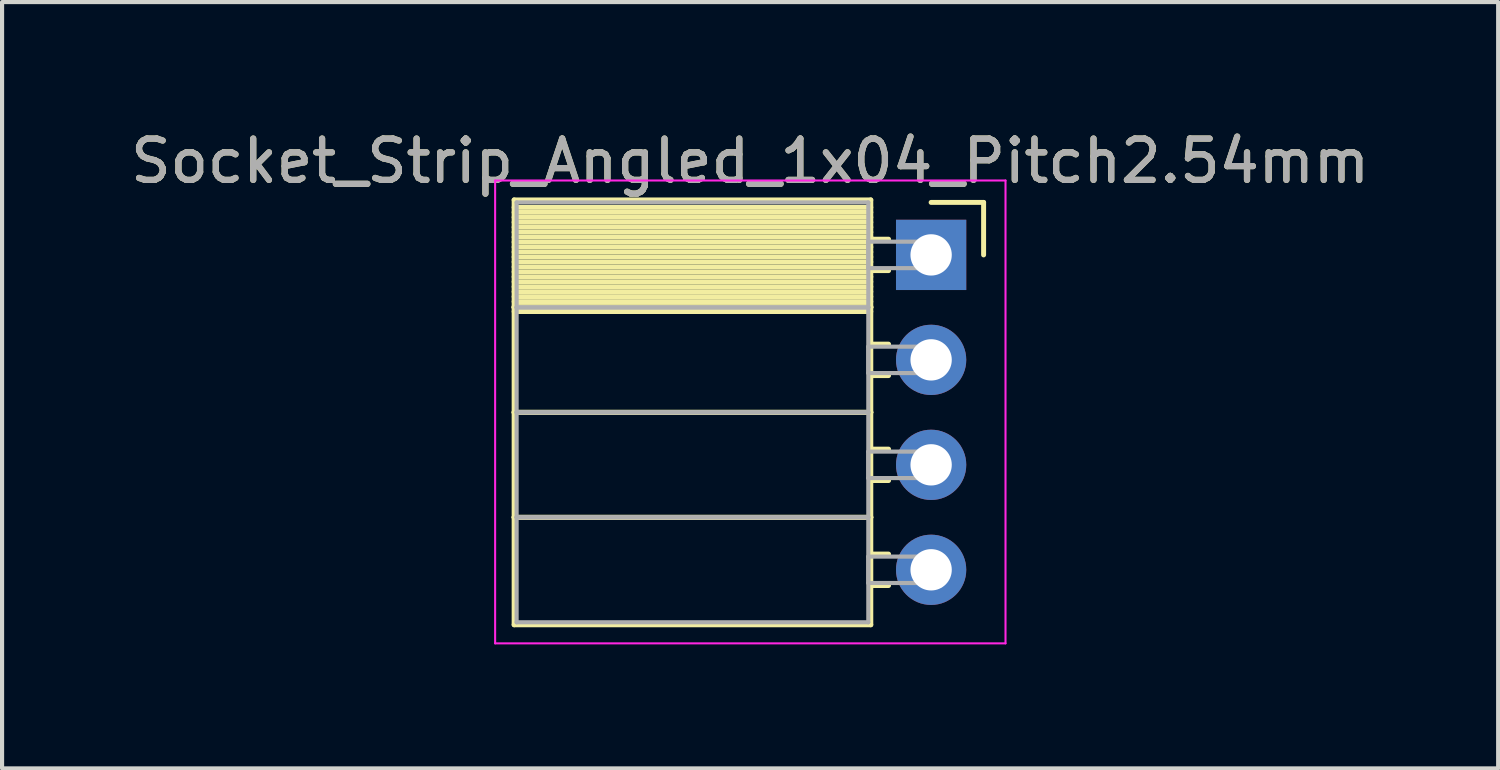
<source format=kicad_pcb>
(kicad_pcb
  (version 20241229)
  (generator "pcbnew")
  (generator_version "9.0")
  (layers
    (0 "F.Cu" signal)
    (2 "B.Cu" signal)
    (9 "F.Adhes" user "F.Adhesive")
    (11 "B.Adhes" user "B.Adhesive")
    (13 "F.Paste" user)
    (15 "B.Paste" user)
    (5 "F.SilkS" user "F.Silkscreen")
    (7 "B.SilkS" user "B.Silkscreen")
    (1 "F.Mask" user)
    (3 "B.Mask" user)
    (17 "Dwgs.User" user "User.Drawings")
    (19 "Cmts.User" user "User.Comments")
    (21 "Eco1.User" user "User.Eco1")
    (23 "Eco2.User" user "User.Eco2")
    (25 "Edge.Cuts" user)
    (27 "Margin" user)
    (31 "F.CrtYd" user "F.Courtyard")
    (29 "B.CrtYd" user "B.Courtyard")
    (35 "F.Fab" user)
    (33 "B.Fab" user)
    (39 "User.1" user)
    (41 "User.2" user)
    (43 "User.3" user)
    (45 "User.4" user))
  (footprint "Socket_Strip_Angled_1x04_Pitch2.54mm"
    (layer "F.Cu")
    (at 19.481 3.118)
    (property "Reference" "Socket_Strip_Angled_1x04_Pitch2.54mm" (at -4.38 -2.27 0) (layer "F.SilkS") (effects (font (size 1 1) (thickness 0.15))))
    (attr through_hole)
    (fp_line (start -10.09 -1.33) (end -1.46 -1.33) (stroke (width 0.12) (type solid)) (layer "F.SilkS"))
    (fp_line (start -10.09 1.27) (end -10.09 -1.33) (stroke (width 0.12) (type solid)) (layer "F.SilkS"))
    (fp_line (start -10.09 1.27) (end -1.46 1.27) (stroke (width 0.12) (type solid)) (layer "F.SilkS"))
    (fp_line (start -10.09 3.81) (end -10.09 1.27) (stroke (width 0.12) (type solid)) (layer "F.SilkS"))
    (fp_line (start -10.09 3.81) (end -1.46 3.81) (stroke (width 0.12) (type solid)) (layer "F.SilkS"))
    (fp_line (start -10.09 6.35) (end -10.09 3.81) (stroke (width 0.12) (type solid)) (layer "F.SilkS"))
    (fp_line (start -10.09 6.35) (end -1.46 6.35) (stroke (width 0.12) (type solid)) (layer "F.SilkS"))
    (fp_line (start -10.09 8.95) (end -10.09 6.35) (stroke (width 0.12) (type solid)) (layer "F.SilkS"))
    (fp_line (start -1.46 -1.33) (end -1.46 1.27) (stroke (width 0.12) (type solid)) (layer "F.SilkS"))
    (fp_line (start -1.46 -1.15) (end -10.09 -1.15) (stroke (width 0.12) (type solid)) (layer "F.SilkS"))
    (fp_line (start -1.46 -1.03) (end -10.09 -1.03) (stroke (width 0.12) (type solid)) (layer "F.SilkS"))
    (fp_line (start -1.46 -0.91) (end -10.09 -0.91) (stroke (width 0.12) (type solid)) (layer "F.SilkS"))
    (fp_line (start -1.46 -0.79) (end -10.09 -0.79) (stroke (width 0.12) (type solid)) (layer "F.SilkS"))
    (fp_line (start -1.46 -0.67) (end -10.09 -0.67) (stroke (width 0.12) (type solid)) (layer "F.SilkS"))
    (fp_line (start -1.46 -0.55) (end -10.09 -0.55) (stroke (width 0.12) (type solid)) (layer "F.SilkS"))
    (fp_line (start -1.46 -0.43) (end -10.09 -0.43) (stroke (width 0.12) (type solid)) (layer "F.SilkS"))
    (fp_line (start -1.46 -0.31) (end -10.09 -0.31) (stroke (width 0.12) (type solid)) (layer "F.SilkS"))
    (fp_line (start -1.46 -0.19) (end -10.09 -0.19) (stroke (width 0.12) (type solid)) (layer "F.SilkS"))
    (fp_line (start -1.46 -0.07) (end -10.09 -0.07) (stroke (width 0.12) (type solid)) (layer "F.SilkS"))
    (fp_line (start -1.46 0.05) (end -10.09 0.05) (stroke (width 0.12) (type solid)) (layer "F.SilkS"))
    (fp_line (start -1.46 0.17) (end -10.09 0.17) (stroke (width 0.12) (type solid)) (layer "F.SilkS"))
    (fp_line (start -1.46 0.29) (end -10.09 0.29) (stroke (width 0.12) (type solid)) (layer "F.SilkS"))
    (fp_line (start -1.46 0.41) (end -10.09 0.41) (stroke (width 0.12) (type solid)) (layer "F.SilkS"))
    (fp_line (start -1.46 0.53) (end -10.09 0.53) (stroke (width 0.12) (type solid)) (layer "F.SilkS"))
    (fp_line (start -1.46 0.65) (end -10.09 0.65) (stroke (width 0.12) (type solid)) (layer "F.SilkS"))
    (fp_line (start -1.46 0.77) (end -10.09 0.77) (stroke (width 0.12) (type solid)) (layer "F.SilkS"))
    (fp_line (start -1.46 0.89) (end -10.09 0.89) (stroke (width 0.12) (type solid)) (layer "F.SilkS"))
    (fp_line (start -1.46 1.01) (end -10.09 1.01) (stroke (width 0.12) (type solid)) (layer "F.SilkS"))
    (fp_line (start -1.46 1.13) (end -10.09 1.13) (stroke (width 0.12) (type solid)) (layer "F.SilkS"))
    (fp_line (start -1.46 1.25) (end -10.09 1.25) (stroke (width 0.12) (type solid)) (layer "F.SilkS"))
    (fp_line (start -1.46 1.27) (end -10.09 1.27) (stroke (width 0.12) (type solid)) (layer "F.SilkS"))
    (fp_line (start -1.46 1.27) (end -1.46 3.81) (stroke (width 0.12) (type solid)) (layer "F.SilkS"))
    (fp_line (start -1.46 1.37) (end -10.09 1.37) (stroke (width 0.12) (type solid)) (layer "F.SilkS"))
    (fp_line (start -1.46 3.81) (end -10.09 3.81) (stroke (width 0.12) (type solid)) (layer "F.SilkS"))
    (fp_line (start -1.46 3.81) (end -1.46 6.35) (stroke (width 0.12) (type solid)) (layer "F.SilkS"))
    (fp_line (start -1.46 6.35) (end -10.09 6.35) (stroke (width 0.12) (type solid)) (layer "F.SilkS"))
    (fp_line (start -1.46 6.35) (end -1.46 8.95) (stroke (width 0.12) (type solid)) (layer "F.SilkS"))
    (fp_line (start -1.46 8.95) (end -10.09 8.95) (stroke (width 0.12) (type solid)) (layer "F.SilkS"))
    (fp_line (start -1.03 -0.38) (end -1.46 -0.38) (stroke (width 0.12) (type solid)) (layer "F.SilkS"))
    (fp_line (start -1.03 0.38) (end -1.46 0.38) (stroke (width 0.12) (type solid)) (layer "F.SilkS"))
    (fp_line (start -1.03 2.16) (end -1.46 2.16) (stroke (width 0.12) (type solid)) (layer "F.SilkS"))
    (fp_line (start -1.03 2.92) (end -1.46 2.92) (stroke (width 0.12) (type solid)) (layer "F.SilkS"))
    (fp_line (start -1.03 4.7) (end -1.46 4.7) (stroke (width 0.12) (type solid)) (layer "F.SilkS"))
    (fp_line (start -1.03 5.46) (end -1.46 5.46) (stroke (width 0.12) (type solid)) (layer "F.SilkS"))
    (fp_line (start -1.03 7.24) (end -1.46 7.24) (stroke (width 0.12) (type solid)) (layer "F.SilkS"))
    (fp_line (start -1.03 8) (end -1.46 8) (stroke (width 0.12) (type solid)) (layer "F.SilkS"))
    (fp_line (start 0 -1.27) (end 1.27 -1.27) (stroke (width 0.12) (type solid)) (layer "F.SilkS"))
    (fp_line (start 1.27 -1.27) (end 1.27 0) (stroke (width 0.12) (type solid)) (layer "F.SilkS"))
    (fp_line (start -10.55 -1.8) (end 1.8 -1.8) (stroke (width 0.05) (type solid)) (layer "F.CrtYd"))
    (fp_line (start -10.55 9.4) (end -10.55 -1.8) (stroke (width 0.05) (type solid)) (layer "F.CrtYd"))
    (fp_line (start 1.8 -1.8) (end 1.8 9.4) (stroke (width 0.05) (type solid)) (layer "F.CrtYd"))
    (fp_line (start 1.8 9.4) (end -10.55 9.4) (stroke (width 0.05) (type solid)) (layer "F.CrtYd"))
    (fp_line (start -10.03 -1.27) (end -1.52 -1.27) (stroke (width 0.1) (type solid)) (layer "F.Fab"))
    (fp_line (start -10.03 1.27) (end -10.03 -1.27) (stroke (width 0.1) (type solid)) (layer "F.Fab"))
    (fp_line (start -10.03 1.27) (end -1.52 1.27) (stroke (width 0.1) (type solid)) (layer "F.Fab"))
    (fp_line (start -10.03 3.81) (end -10.03 1.27) (stroke (width 0.1) (type solid)) (layer "F.Fab"))
    (fp_line (start -10.03 3.81) (end -1.52 3.81) (stroke (width 0.1) (type solid)) (layer "F.Fab"))
    (fp_line (start -10.03 6.35) (end -10.03 3.81) (stroke (width 0.1) (type solid)) (layer "F.Fab"))
    (fp_line (start -10.03 6.35) (end -1.52 6.35) (stroke (width 0.1) (type solid)) (layer "F.Fab"))
    (fp_line (start -10.03 8.89) (end -10.03 6.35) (stroke (width 0.1) (type solid)) (layer "F.Fab"))
    (fp_line (start -1.52 -1.27) (end -1.52 1.27) (stroke (width 0.1) (type solid)) (layer "F.Fab"))
    (fp_line (start -1.52 -0.32) (end 0 -0.32) (stroke (width 0.1) (type solid)) (layer "F.Fab"))
    (fp_line (start -1.52 0.32) (end -1.52 -0.32) (stroke (width 0.1) (type solid)) (layer "F.Fab"))
    (fp_line (start -1.52 1.27) (end -10.03 1.27) (stroke (width 0.1) (type solid)) (layer "F.Fab"))
    (fp_line (start -1.52 1.27) (end -1.52 3.81) (stroke (width 0.1) (type solid)) (layer "F.Fab"))
    (fp_line (start -1.52 2.22) (end 0 2.22) (stroke (width 0.1) (type solid)) (layer "F.Fab"))
    (fp_line (start -1.52 2.86) (end -1.52 2.22) (stroke (width 0.1) (type solid)) (layer "F.Fab"))
    (fp_line (start -1.52 3.81) (end -10.03 3.81) (stroke (width 0.1) (type solid)) (layer "F.Fab"))
    (fp_line (start -1.52 3.81) (end -1.52 6.35) (stroke (width 0.1) (type solid)) (layer "F.Fab"))
    (fp_line (start -1.52 4.76) (end 0 4.76) (stroke (width 0.1) (type solid)) (layer "F.Fab"))
    (fp_line (start -1.52 5.4) (end -1.52 4.76) (stroke (width 0.1) (type solid)) (layer "F.Fab"))
    (fp_line (start -1.52 6.35) (end -10.03 6.35) (stroke (width 0.1) (type solid)) (layer "F.Fab"))
    (fp_line (start -1.52 6.35) (end -1.52 8.89) (stroke (width 0.1) (type solid)) (layer "F.Fab"))
    (fp_line (start -1.52 7.3) (end 0 7.3) (stroke (width 0.1) (type solid)) (layer "F.Fab"))
    (fp_line (start -1.52 7.94) (end -1.52 7.3) (stroke (width 0.1) (type solid)) (layer "F.Fab"))
    (fp_line (start -1.52 8.89) (end -10.03 8.89) (stroke (width 0.1) (type solid)) (layer "F.Fab"))
    (fp_line (start 0 -0.32) (end 0 0.32) (stroke (width 0.1) (type solid)) (layer "F.Fab"))
    (fp_line (start 0 0.32) (end -1.52 0.32) (stroke (width 0.1) (type solid)) (layer "F.Fab"))
    (fp_line (start 0 2.22) (end 0 2.86) (stroke (width 0.1) (type solid)) (layer "F.Fab"))
    (fp_line (start 0 2.86) (end -1.52 2.86) (stroke (width 0.1) (type solid)) (layer "F.Fab"))
    (fp_line (start 0 4.76) (end 0 5.4) (stroke (width 0.1) (type solid)) (layer "F.Fab"))
    (fp_line (start 0 5.4) (end -1.52 5.4) (stroke (width 0.1) (type solid)) (layer "F.Fab"))
    (fp_line (start 0 7.3) (end 0 7.94) (stroke (width 0.1) (type solid)) (layer "F.Fab"))
    (fp_line (start 0 7.94) (end -1.52 7.94) (stroke (width 0.1) (type solid)) (layer "F.Fab"))
    (fp_text user "${REFERENCE}" (at -4.38 -2.27 0) (layer "F.Fab") (effects (font (size 1 1) (thickness 0.15))))
    (pad "1" thru_hole rect (at 0 0) (size 1.7 1.7) (drill 1) (layers "*.Cu" "*.Mask"))
    (pad "2" thru_hole oval (at 0 2.54) (size 1.7 1.7) (drill 1) (layers "*.Cu" "*.Mask"))
    (pad "3" thru_hole oval (at 0 5.08) (size 1.7 1.7) (drill 1) (layers "*.Cu" "*.Mask"))
    (pad "4" thru_hole oval (at 0 7.62) (size 1.7 1.7) (drill 1) (layers "*.Cu" "*.Mask")))
  (gr_rect
    (start -3 -3)
    (end 33.202 15.543)
    (stroke (width 0.1) (type default))
    (fill no)
    (layer "Edge.Cuts")))
</source>
